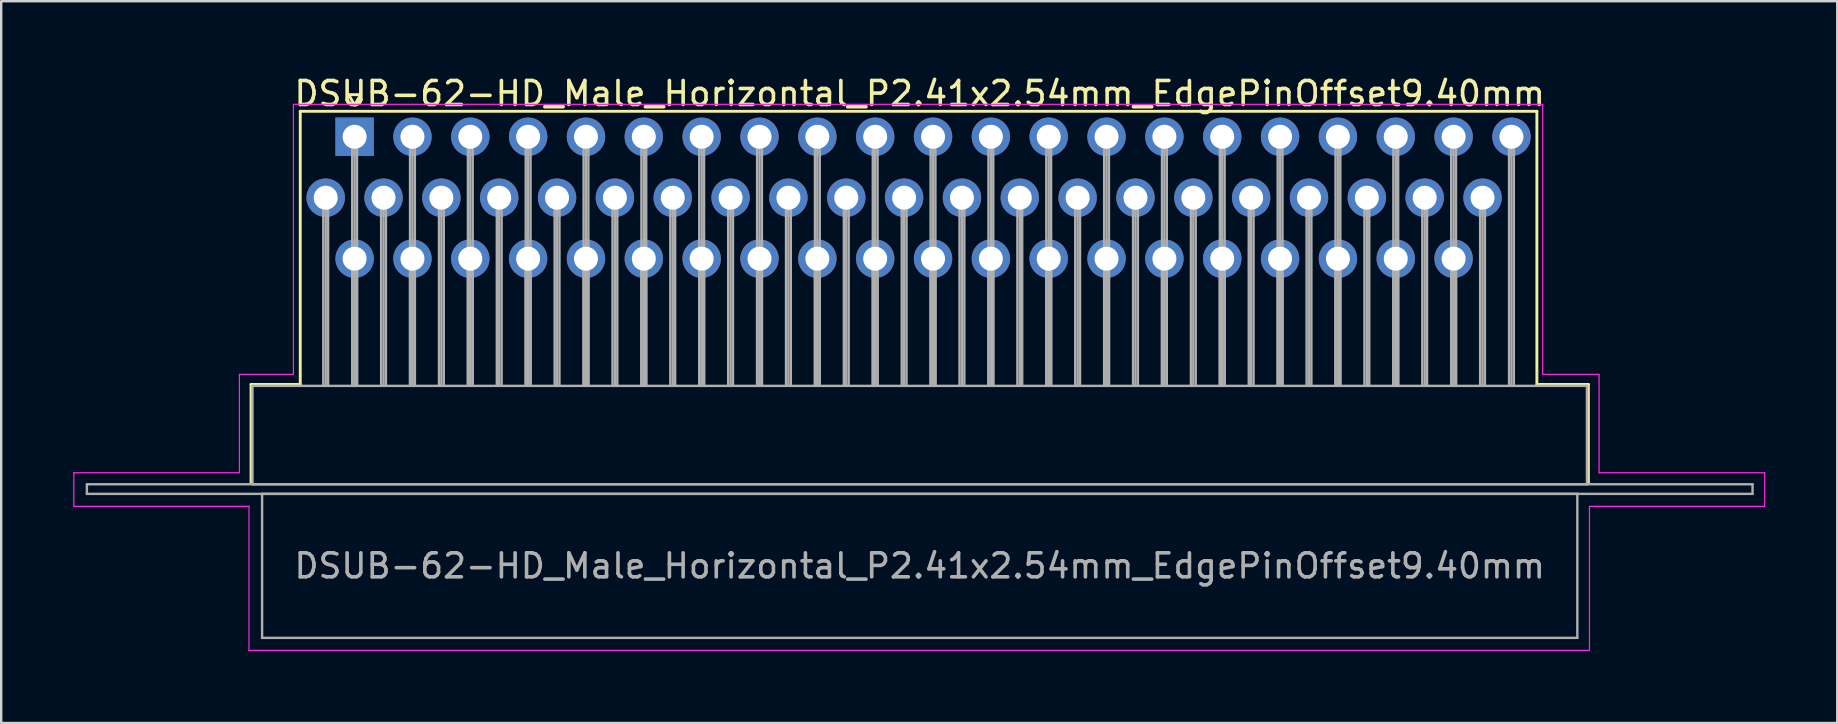
<source format=kicad_pcb>
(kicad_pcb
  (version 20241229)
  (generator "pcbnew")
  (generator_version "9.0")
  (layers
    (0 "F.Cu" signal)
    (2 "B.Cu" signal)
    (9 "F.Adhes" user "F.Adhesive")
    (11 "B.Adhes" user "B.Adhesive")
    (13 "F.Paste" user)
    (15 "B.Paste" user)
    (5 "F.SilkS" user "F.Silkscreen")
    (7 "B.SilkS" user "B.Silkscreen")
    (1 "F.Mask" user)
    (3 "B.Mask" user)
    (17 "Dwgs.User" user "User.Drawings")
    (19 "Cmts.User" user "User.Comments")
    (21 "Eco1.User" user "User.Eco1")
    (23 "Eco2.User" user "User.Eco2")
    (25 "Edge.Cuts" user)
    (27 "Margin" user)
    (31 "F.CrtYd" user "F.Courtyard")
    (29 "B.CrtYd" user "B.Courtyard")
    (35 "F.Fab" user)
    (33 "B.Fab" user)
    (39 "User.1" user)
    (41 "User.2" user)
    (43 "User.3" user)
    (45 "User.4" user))
  (footprint "DSUB-62-HD_Male_Horizontal_P2.41x2.54mm_EdgePinOffset9.40mm"
    (layer "F.Cu")
    (at 11.725 2.648)
    (property "Reference" "DSUB-62-HD_Male_Horizontal_P2.41x2.54mm_EdgePinOffset9.40mm" (at 23.545 -1.8 0) (layer "F.SilkS") (effects (font (size 1 1) (thickness 0.15))))
    (attr through_hole)
    (fp_line (start -4.315 10.32) (end -2.265 10.32) (stroke (width 0.12) (type solid)) (layer "F.SilkS"))
    (fp_line (start -4.315 14.42) (end -4.315 10.32) (stroke (width 0.12) (type solid)) (layer "F.SilkS"))
    (fp_line (start -2.265 -1.06) (end 49.26 -1.06) (stroke (width 0.12) (type solid)) (layer "F.SilkS"))
    (fp_line (start -2.265 10.32) (end -2.265 -1.06) (stroke (width 0.12) (type solid)) (layer "F.SilkS"))
    (fp_line (start -0.25 -1.754) (end 0.25 -1.754) (stroke (width 0.12) (type solid)) (layer "F.SilkS"))
    (fp_line (start 0 -1.321) (end -0.25 -1.754) (stroke (width 0.12) (type solid)) (layer "F.SilkS"))
    (fp_line (start 0.25 -1.754) (end 0 -1.321) (stroke (width 0.12) (type solid)) (layer "F.SilkS"))
    (fp_line (start 49.26 -1.06) (end 49.26 10.32) (stroke (width 0.12) (type solid)) (layer "F.SilkS"))
    (fp_line (start 49.26 10.32) (end 51.405 10.32) (stroke (width 0.12) (type solid)) (layer "F.SilkS"))
    (fp_line (start 51.405 10.32) (end 51.405 14.42) (stroke (width 0.12) (type solid)) (layer "F.SilkS"))
    (fp_line (start -11.7 14) (end -4.8 14) (stroke (width 0.05) (type solid)) (layer "F.CrtYd"))
    (fp_line (start -11.7 15.4) (end -11.7 14) (stroke (width 0.05) (type solid)) (layer "F.CrtYd"))
    (fp_line (start -4.8 9.9) (end -2.55 9.9) (stroke (width 0.05) (type solid)) (layer "F.CrtYd"))
    (fp_line (start -4.8 14) (end -4.8 9.9) (stroke (width 0.05) (type solid)) (layer "F.CrtYd"))
    (fp_line (start -4.4 15.4) (end -11.7 15.4) (stroke (width 0.05) (type solid)) (layer "F.CrtYd"))
    (fp_line (start -4.4 21.4) (end -4.4 15.4) (stroke (width 0.05) (type solid)) (layer "F.CrtYd"))
    (fp_line (start -2.55 -1.35) (end 49.5 -1.35) (stroke (width 0.05) (type solid)) (layer "F.CrtYd"))
    (fp_line (start -2.55 9.9) (end -2.55 -1.35) (stroke (width 0.05) (type solid)) (layer "F.CrtYd"))
    (fp_line (start 49.5 -1.35) (end 49.5 9.9) (stroke (width 0.05) (type solid)) (layer "F.CrtYd"))
    (fp_line (start 49.5 9.9) (end 51.85 9.9) (stroke (width 0.05) (type solid)) (layer "F.CrtYd"))
    (fp_line (start 51.45 15.4) (end 51.45 21.4) (stroke (width 0.05) (type solid)) (layer "F.CrtYd"))
    (fp_line (start 51.45 21.4) (end -4.4 21.4) (stroke (width 0.05) (type solid)) (layer "F.CrtYd"))
    (fp_line (start 51.85 9.9) (end 51.85 14) (stroke (width 0.05) (type solid)) (layer "F.CrtYd"))
    (fp_line (start 51.85 14) (end 58.75 14) (stroke (width 0.05) (type solid)) (layer "F.CrtYd"))
    (fp_line (start 58.75 14) (end 58.75 15.4) (stroke (width 0.05) (type solid)) (layer "F.CrtYd"))
    (fp_line (start 58.75 15.4) (end 51.45 15.4) (stroke (width 0.05) (type solid)) (layer "F.CrtYd"))
    (fp_line (start -11.155 14.48) (end -11.155 14.88) (stroke (width 0.1) (type solid)) (layer "F.Fab"))
    (fp_line (start -11.155 14.88) (end 58.245 14.88) (stroke (width 0.1) (type solid)) (layer "F.Fab"))
    (fp_line (start -4.255 10.38) (end -4.255 14.48) (stroke (width 0.1) (type solid)) (layer "F.Fab"))
    (fp_line (start -4.255 14.48) (end 51.345 14.48) (stroke (width 0.1) (type solid)) (layer "F.Fab"))
    (fp_line (start -3.855 14.88) (end -3.855 20.88) (stroke (width 0.1) (type solid)) (layer "F.Fab"))
    (fp_line (start -3.855 20.88) (end 50.945 20.88) (stroke (width 0.1) (type solid)) (layer "F.Fab"))
    (fp_line (start -1.305 2.54) (end -1.305 10.38) (stroke (width 0.1) (type solid)) (layer "F.Fab"))
    (fp_line (start -1.205 2.54) (end -1.205 10.38) (stroke (width 0.1) (type solid)) (layer "F.Fab"))
    (fp_line (start -1.105 2.54) (end -1.105 10.38) (stroke (width 0.1) (type solid)) (layer "F.Fab"))
    (fp_line (start -0.1 0) (end -0.1 10.38) (stroke (width 0.1) (type solid)) (layer "F.Fab"))
    (fp_line (start -0.1 5.08) (end -0.1 10.38) (stroke (width 0.1) (type solid)) (layer "F.Fab"))
    (fp_line (start 0 0) (end 0 10.38) (stroke (width 0.1) (type solid)) (layer "F.Fab"))
    (fp_line (start 0 5.08) (end 0 10.38) (stroke (width 0.1) (type solid)) (layer "F.Fab"))
    (fp_line (start 0.1 0) (end 0.1 10.38) (stroke (width 0.1) (type solid)) (layer "F.Fab"))
    (fp_line (start 0.1 5.08) (end 0.1 10.38) (stroke (width 0.1) (type solid)) (layer "F.Fab"))
    (fp_line (start 1.105 2.54) (end 1.105 10.38) (stroke (width 0.1) (type solid)) (layer "F.Fab"))
    (fp_line (start 1.205 2.54) (end 1.205 10.38) (stroke (width 0.1) (type solid)) (layer "F.Fab"))
    (fp_line (start 1.305 2.54) (end 1.305 10.38) (stroke (width 0.1) (type solid)) (layer "F.Fab"))
    (fp_line (start 2.31 0) (end 2.31 10.38) (stroke (width 0.1) (type solid)) (layer "F.Fab"))
    (fp_line (start 2.31 5.08) (end 2.31 10.38) (stroke (width 0.1) (type solid)) (layer "F.Fab"))
    (fp_line (start 2.41 0) (end 2.41 10.38) (stroke (width 0.1) (type solid)) (layer "F.Fab"))
    (fp_line (start 2.41 5.08) (end 2.41 10.38) (stroke (width 0.1) (type solid)) (layer "F.Fab"))
    (fp_line (start 2.51 0) (end 2.51 10.38) (stroke (width 0.1) (type solid)) (layer "F.Fab"))
    (fp_line (start 2.51 5.08) (end 2.51 10.38) (stroke (width 0.1) (type solid)) (layer "F.Fab"))
    (fp_line (start 3.515 2.54) (end 3.515 10.38) (stroke (width 0.1) (type solid)) (layer "F.Fab"))
    (fp_line (start 3.615 2.54) (end 3.615 10.38) (stroke (width 0.1) (type solid)) (layer "F.Fab"))
    (fp_line (start 3.715 2.54) (end 3.715 10.38) (stroke (width 0.1) (type solid)) (layer "F.Fab"))
    (fp_line (start 4.72 0) (end 4.72 10.38) (stroke (width 0.1) (type solid)) (layer "F.Fab"))
    (fp_line (start 4.72 5.08) (end 4.72 10.38) (stroke (width 0.1) (type solid)) (layer "F.Fab"))
    (fp_line (start 4.82 0) (end 4.82 10.38) (stroke (width 0.1) (type solid)) (layer "F.Fab"))
    (fp_line (start 4.82 5.08) (end 4.82 10.38) (stroke (width 0.1) (type solid)) (layer "F.Fab"))
    (fp_line (start 4.92 0) (end 4.92 10.38) (stroke (width 0.1) (type solid)) (layer "F.Fab"))
    (fp_line (start 4.92 5.08) (end 4.92 10.38) (stroke (width 0.1) (type solid)) (layer "F.Fab"))
    (fp_line (start 5.925 2.54) (end 5.925 10.38) (stroke (width 0.1) (type solid)) (layer "F.Fab"))
    (fp_line (start 6.025 2.54) (end 6.025 10.38) (stroke (width 0.1) (type solid)) (layer "F.Fab"))
    (fp_line (start 6.125 2.54) (end 6.125 10.38) (stroke (width 0.1) (type solid)) (layer "F.Fab"))
    (fp_line (start 7.13 0) (end 7.13 10.38) (stroke (width 0.1) (type solid)) (layer "F.Fab"))
    (fp_line (start 7.13 5.08) (end 7.13 10.38) (stroke (width 0.1) (type solid)) (layer "F.Fab"))
    (fp_line (start 7.23 0) (end 7.23 10.38) (stroke (width 0.1) (type solid)) (layer "F.Fab"))
    (fp_line (start 7.23 5.08) (end 7.23 10.38) (stroke (width 0.1) (type solid)) (layer "F.Fab"))
    (fp_line (start 7.33 0) (end 7.33 10.38) (stroke (width 0.1) (type solid)) (layer "F.Fab"))
    (fp_line (start 7.33 5.08) (end 7.33 10.38) (stroke (width 0.1) (type solid)) (layer "F.Fab"))
    (fp_line (start 8.335 2.54) (end 8.335 10.38) (stroke (width 0.1) (type solid)) (layer "F.Fab"))
    (fp_line (start 8.435 2.54) (end 8.435 10.38) (stroke (width 0.1) (type solid)) (layer "F.Fab"))
    (fp_line (start 8.535 2.54) (end 8.535 10.38) (stroke (width 0.1) (type solid)) (layer "F.Fab"))
    (fp_line (start 9.54 0) (end 9.54 10.38) (stroke (width 0.1) (type solid)) (layer "F.Fab"))
    (fp_line (start 9.54 5.08) (end 9.54 10.38) (stroke (width 0.1) (type solid)) (layer "F.Fab"))
    (fp_line (start 9.64 0) (end 9.64 10.38) (stroke (width 0.1) (type solid)) (layer "F.Fab"))
    (fp_line (start 9.64 5.08) (end 9.64 10.38) (stroke (width 0.1) (type solid)) (layer "F.Fab"))
    (fp_line (start 9.74 0) (end 9.74 10.38) (stroke (width 0.1) (type solid)) (layer "F.Fab"))
    (fp_line (start 9.74 5.08) (end 9.74 10.38) (stroke (width 0.1) (type solid)) (layer "F.Fab"))
    (fp_line (start 10.745 2.54) (end 10.745 10.38) (stroke (width 0.1) (type solid)) (layer "F.Fab"))
    (fp_line (start 10.845 2.54) (end 10.845 10.38) (stroke (width 0.1) (type solid)) (layer "F.Fab"))
    (fp_line (start 10.945 2.54) (end 10.945 10.38) (stroke (width 0.1) (type solid)) (layer "F.Fab"))
    (fp_line (start 11.95 0) (end 11.95 10.38) (stroke (width 0.1) (type solid)) (layer "F.Fab"))
    (fp_line (start 11.95 5.08) (end 11.95 10.38) (stroke (width 0.1) (type solid)) (layer "F.Fab"))
    (fp_line (start 12.05 0) (end 12.05 10.38) (stroke (width 0.1) (type solid)) (layer "F.Fab"))
    (fp_line (start 12.05 5.08) (end 12.05 10.38) (stroke (width 0.1) (type solid)) (layer "F.Fab"))
    (fp_line (start 12.15 0) (end 12.15 10.38) (stroke (width 0.1) (type solid)) (layer "F.Fab"))
    (fp_line (start 12.15 5.08) (end 12.15 10.38) (stroke (width 0.1) (type solid)) (layer "F.Fab"))
    (fp_line (start 13.155 2.54) (end 13.155 10.38) (stroke (width 0.1) (type solid)) (layer "F.Fab"))
    (fp_line (start 13.255 2.54) (end 13.255 10.38) (stroke (width 0.1) (type solid)) (layer "F.Fab"))
    (fp_line (start 13.355 2.54) (end 13.355 10.38) (stroke (width 0.1) (type solid)) (layer "F.Fab"))
    (fp_line (start 14.36 0) (end 14.36 10.38) (stroke (width 0.1) (type solid)) (layer "F.Fab"))
    (fp_line (start 14.36 5.08) (end 14.36 10.38) (stroke (width 0.1) (type solid)) (layer "F.Fab"))
    (fp_line (start 14.46 0) (end 14.46 10.38) (stroke (width 0.1) (type solid)) (layer "F.Fab"))
    (fp_line (start 14.46 5.08) (end 14.46 10.38) (stroke (width 0.1) (type solid)) (layer "F.Fab"))
    (fp_line (start 14.56 0) (end 14.56 10.38) (stroke (width 0.1) (type solid)) (layer "F.Fab"))
    (fp_line (start 14.56 5.08) (end 14.56 10.38) (stroke (width 0.1) (type solid)) (layer "F.Fab"))
    (fp_line (start 15.565 2.54) (end 15.565 10.38) (stroke (width 0.1) (type solid)) (layer "F.Fab"))
    (fp_line (start 15.665 2.54) (end 15.665 10.38) (stroke (width 0.1) (type solid)) (layer "F.Fab"))
    (fp_line (start 15.765 2.54) (end 15.765 10.38) (stroke (width 0.1) (type solid)) (layer "F.Fab"))
    (fp_line (start 16.77 0) (end 16.77 10.38) (stroke (width 0.1) (type solid)) (layer "F.Fab"))
    (fp_line (start 16.77 5.08) (end 16.77 10.38) (stroke (width 0.1) (type solid)) (layer "F.Fab"))
    (fp_line (start 16.87 0) (end 16.87 10.38) (stroke (width 0.1) (type solid)) (layer "F.Fab"))
    (fp_line (start 16.87 5.08) (end 16.87 10.38) (stroke (width 0.1) (type solid)) (layer "F.Fab"))
    (fp_line (start 16.97 0) (end 16.97 10.38) (stroke (width 0.1) (type solid)) (layer "F.Fab"))
    (fp_line (start 16.97 5.08) (end 16.97 10.38) (stroke (width 0.1) (type solid)) (layer "F.Fab"))
    (fp_line (start 17.975 2.54) (end 17.975 10.38) (stroke (width 0.1) (type solid)) (layer "F.Fab"))
    (fp_line (start 18.075 2.54) (end 18.075 10.38) (stroke (width 0.1) (type solid)) (layer "F.Fab"))
    (fp_line (start 18.175 2.54) (end 18.175 10.38) (stroke (width 0.1) (type solid)) (layer "F.Fab"))
    (fp_line (start 19.18 0) (end 19.18 10.38) (stroke (width 0.1) (type solid)) (layer "F.Fab"))
    (fp_line (start 19.18 5.08) (end 19.18 10.38) (stroke (width 0.1) (type solid)) (layer "F.Fab"))
    (fp_line (start 19.28 0) (end 19.28 10.38) (stroke (width 0.1) (type solid)) (layer "F.Fab"))
    (fp_line (start 19.28 5.08) (end 19.28 10.38) (stroke (width 0.1) (type solid)) (layer "F.Fab"))
    (fp_line (start 19.38 0) (end 19.38 10.38) (stroke (width 0.1) (type solid)) (layer "F.Fab"))
    (fp_line (start 19.38 5.08) (end 19.38 10.38) (stroke (width 0.1) (type solid)) (layer "F.Fab"))
    (fp_line (start 20.385 2.54) (end 20.385 10.38) (stroke (width 0.1) (type solid)) (layer "F.Fab"))
    (fp_line (start 20.485 2.54) (end 20.485 10.38) (stroke (width 0.1) (type solid)) (layer "F.Fab"))
    (fp_line (start 20.585 2.54) (end 20.585 10.38) (stroke (width 0.1) (type solid)) (layer "F.Fab"))
    (fp_line (start 21.59 0) (end 21.59 10.38) (stroke (width 0.1) (type solid)) (layer "F.Fab"))
    (fp_line (start 21.59 5.08) (end 21.59 10.38) (stroke (width 0.1) (type solid)) (layer "F.Fab"))
    (fp_line (start 21.69 0) (end 21.69 10.38) (stroke (width 0.1) (type solid)) (layer "F.Fab"))
    (fp_line (start 21.69 5.08) (end 21.69 10.38) (stroke (width 0.1) (type solid)) (layer "F.Fab"))
    (fp_line (start 21.79 0) (end 21.79 10.38) (stroke (width 0.1) (type solid)) (layer "F.Fab"))
    (fp_line (start 21.79 5.08) (end 21.79 10.38) (stroke (width 0.1) (type solid)) (layer "F.Fab"))
    (fp_line (start 22.795 2.54) (end 22.795 10.38) (stroke (width 0.1) (type solid)) (layer "F.Fab"))
    (fp_line (start 22.895 2.54) (end 22.895 10.38) (stroke (width 0.1) (type solid)) (layer "F.Fab"))
    (fp_line (start 22.995 2.54) (end 22.995 10.38) (stroke (width 0.1) (type solid)) (layer "F.Fab"))
    (fp_line (start 24 0) (end 24 10.38) (stroke (width 0.1) (type solid)) (layer "F.Fab"))
    (fp_line (start 24 5.08) (end 24 10.38) (stroke (width 0.1) (type solid)) (layer "F.Fab"))
    (fp_line (start 24.1 0) (end 24.1 10.38) (stroke (width 0.1) (type solid)) (layer "F.Fab"))
    (fp_line (start 24.1 5.08) (end 24.1 10.38) (stroke (width 0.1) (type solid)) (layer "F.Fab"))
    (fp_line (start 24.2 0) (end 24.2 10.38) (stroke (width 0.1) (type solid)) (layer "F.Fab"))
    (fp_line (start 24.2 5.08) (end 24.2 10.38) (stroke (width 0.1) (type solid)) (layer "F.Fab"))
    (fp_line (start 25.205 2.54) (end 25.205 10.38) (stroke (width 0.1) (type solid)) (layer "F.Fab"))
    (fp_line (start 25.305 2.54) (end 25.305 10.38) (stroke (width 0.1) (type solid)) (layer "F.Fab"))
    (fp_line (start 25.405 2.54) (end 25.405 10.38) (stroke (width 0.1) (type solid)) (layer "F.Fab"))
    (fp_line (start 26.41 0) (end 26.41 10.38) (stroke (width 0.1) (type solid)) (layer "F.Fab"))
    (fp_line (start 26.41 5.08) (end 26.41 10.38) (stroke (width 0.1) (type solid)) (layer "F.Fab"))
    (fp_line (start 26.51 0) (end 26.51 10.38) (stroke (width 0.1) (type solid)) (layer "F.Fab"))
    (fp_line (start 26.51 5.08) (end 26.51 10.38) (stroke (width 0.1) (type solid)) (layer "F.Fab"))
    (fp_line (start 26.61 0) (end 26.61 10.38) (stroke (width 0.1) (type solid)) (layer "F.Fab"))
    (fp_line (start 26.61 5.08) (end 26.61 10.38) (stroke (width 0.1) (type solid)) (layer "F.Fab"))
    (fp_line (start 27.615 2.54) (end 27.615 10.38) (stroke (width 0.1) (type solid)) (layer "F.Fab"))
    (fp_line (start 27.715 2.54) (end 27.715 10.38) (stroke (width 0.1) (type solid)) (layer "F.Fab"))
    (fp_line (start 27.815 2.54) (end 27.815 10.38) (stroke (width 0.1) (type solid)) (layer "F.Fab"))
    (fp_line (start 28.82 0) (end 28.82 10.38) (stroke (width 0.1) (type solid)) (layer "F.Fab"))
    (fp_line (start 28.82 5.08) (end 28.82 10.38) (stroke (width 0.1) (type solid)) (layer "F.Fab"))
    (fp_line (start 28.92 0) (end 28.92 10.38) (stroke (width 0.1) (type solid)) (layer "F.Fab"))
    (fp_line (start 28.92 5.08) (end 28.92 10.38) (stroke (width 0.1) (type solid)) (layer "F.Fab"))
    (fp_line (start 29.02 0) (end 29.02 10.38) (stroke (width 0.1) (type solid)) (layer "F.Fab"))
    (fp_line (start 29.02 5.08) (end 29.02 10.38) (stroke (width 0.1) (type solid)) (layer "F.Fab"))
    (fp_line (start 30.025 2.54) (end 30.025 10.38) (stroke (width 0.1) (type solid)) (layer "F.Fab"))
    (fp_line (start 30.125 2.54) (end 30.125 10.38) (stroke (width 0.1) (type solid)) (layer "F.Fab"))
    (fp_line (start 30.225 2.54) (end 30.225 10.38) (stroke (width 0.1) (type solid)) (layer "F.Fab"))
    (fp_line (start 31.23 0) (end 31.23 10.38) (stroke (width 0.1) (type solid)) (layer "F.Fab"))
    (fp_line (start 31.23 5.08) (end 31.23 10.38) (stroke (width 0.1) (type solid)) (layer "F.Fab"))
    (fp_line (start 31.33 0) (end 31.33 10.38) (stroke (width 0.1) (type solid)) (layer "F.Fab"))
    (fp_line (start 31.33 5.08) (end 31.33 10.38) (stroke (width 0.1) (type solid)) (layer "F.Fab"))
    (fp_line (start 31.43 0) (end 31.43 10.38) (stroke (width 0.1) (type solid)) (layer "F.Fab"))
    (fp_line (start 31.43 5.08) (end 31.43 10.38) (stroke (width 0.1) (type solid)) (layer "F.Fab"))
    (fp_line (start 32.435 2.54) (end 32.435 10.38) (stroke (width 0.1) (type solid)) (layer "F.Fab"))
    (fp_line (start 32.535 2.54) (end 32.535 10.38) (stroke (width 0.1) (type solid)) (layer "F.Fab"))
    (fp_line (start 32.635 2.54) (end 32.635 10.38) (stroke (width 0.1) (type solid)) (layer "F.Fab"))
    (fp_line (start 33.64 0) (end 33.64 10.38) (stroke (width 0.1) (type solid)) (layer "F.Fab"))
    (fp_line (start 33.64 5.08) (end 33.64 10.38) (stroke (width 0.1) (type solid)) (layer "F.Fab"))
    (fp_line (start 33.74 0) (end 33.74 10.38) (stroke (width 0.1) (type solid)) (layer "F.Fab"))
    (fp_line (start 33.74 5.08) (end 33.74 10.38) (stroke (width 0.1) (type solid)) (layer "F.Fab"))
    (fp_line (start 33.84 0) (end 33.84 10.38) (stroke (width 0.1) (type solid)) (layer "F.Fab"))
    (fp_line (start 33.84 5.08) (end 33.84 10.38) (stroke (width 0.1) (type solid)) (layer "F.Fab"))
    (fp_line (start 34.845 2.54) (end 34.845 10.38) (stroke (width 0.1) (type solid)) (layer "F.Fab"))
    (fp_line (start 34.945 2.54) (end 34.945 10.38) (stroke (width 0.1) (type solid)) (layer "F.Fab"))
    (fp_line (start 35.045 2.54) (end 35.045 10.38) (stroke (width 0.1) (type solid)) (layer "F.Fab"))
    (fp_line (start 36.05 0) (end 36.05 10.38) (stroke (width 0.1) (type solid)) (layer "F.Fab"))
    (fp_line (start 36.05 5.08) (end 36.05 10.38) (stroke (width 0.1) (type solid)) (layer "F.Fab"))
    (fp_line (start 36.15 0) (end 36.15 10.38) (stroke (width 0.1) (type solid)) (layer "F.Fab"))
    (fp_line (start 36.15 5.08) (end 36.15 10.38) (stroke (width 0.1) (type solid)) (layer "F.Fab"))
    (fp_line (start 36.25 0) (end 36.25 10.38) (stroke (width 0.1) (type solid)) (layer "F.Fab"))
    (fp_line (start 36.25 5.08) (end 36.25 10.38) (stroke (width 0.1) (type solid)) (layer "F.Fab"))
    (fp_line (start 37.255 2.54) (end 37.255 10.38) (stroke (width 0.1) (type solid)) (layer "F.Fab"))
    (fp_line (start 37.355 2.54) (end 37.355 10.38) (stroke (width 0.1) (type solid)) (layer "F.Fab"))
    (fp_line (start 37.455 2.54) (end 37.455 10.38) (stroke (width 0.1) (type solid)) (layer "F.Fab"))
    (fp_line (start 38.46 0) (end 38.46 10.38) (stroke (width 0.1) (type solid)) (layer "F.Fab"))
    (fp_line (start 38.46 5.08) (end 38.46 10.38) (stroke (width 0.1) (type solid)) (layer "F.Fab"))
    (fp_line (start 38.56 0) (end 38.56 10.38) (stroke (width 0.1) (type solid)) (layer "F.Fab"))
    (fp_line (start 38.56 5.08) (end 38.56 10.38) (stroke (width 0.1) (type solid)) (layer "F.Fab"))
    (fp_line (start 38.66 0) (end 38.66 10.38) (stroke (width 0.1) (type solid)) (layer "F.Fab"))
    (fp_line (start 38.66 5.08) (end 38.66 10.38) (stroke (width 0.1) (type solid)) (layer "F.Fab"))
    (fp_line (start 39.665 2.54) (end 39.665 10.38) (stroke (width 0.1) (type solid)) (layer "F.Fab"))
    (fp_line (start 39.765 2.54) (end 39.765 10.38) (stroke (width 0.1) (type solid)) (layer "F.Fab"))
    (fp_line (start 39.865 2.54) (end 39.865 10.38) (stroke (width 0.1) (type solid)) (layer "F.Fab"))
    (fp_line (start 40.87 0) (end 40.87 10.38) (stroke (width 0.1) (type solid)) (layer "F.Fab"))
    (fp_line (start 40.87 5.08) (end 40.87 10.38) (stroke (width 0.1) (type solid)) (layer "F.Fab"))
    (fp_line (start 40.97 0) (end 40.97 10.38) (stroke (width 0.1) (type solid)) (layer "F.Fab"))
    (fp_line (start 40.97 5.08) (end 40.97 10.38) (stroke (width 0.1) (type solid)) (layer "F.Fab"))
    (fp_line (start 41.07 0) (end 41.07 10.38) (stroke (width 0.1) (type solid)) (layer "F.Fab"))
    (fp_line (start 41.07 5.08) (end 41.07 10.38) (stroke (width 0.1) (type solid)) (layer "F.Fab"))
    (fp_line (start 42.075 2.54) (end 42.075 10.38) (stroke (width 0.1) (type solid)) (layer "F.Fab"))
    (fp_line (start 42.175 2.54) (end 42.175 10.38) (stroke (width 0.1) (type solid)) (layer "F.Fab"))
    (fp_line (start 42.275 2.54) (end 42.275 10.38) (stroke (width 0.1) (type solid)) (layer "F.Fab"))
    (fp_line (start 43.28 0) (end 43.28 10.38) (stroke (width 0.1) (type solid)) (layer "F.Fab"))
    (fp_line (start 43.28 5.08) (end 43.28 10.38) (stroke (width 0.1) (type solid)) (layer "F.Fab"))
    (fp_line (start 43.38 0) (end 43.38 10.38) (stroke (width 0.1) (type solid)) (layer "F.Fab"))
    (fp_line (start 43.38 5.08) (end 43.38 10.38) (stroke (width 0.1) (type solid)) (layer "F.Fab"))
    (fp_line (start 43.48 0) (end 43.48 10.38) (stroke (width 0.1) (type solid)) (layer "F.Fab"))
    (fp_line (start 43.48 5.08) (end 43.48 10.38) (stroke (width 0.1) (type solid)) (layer "F.Fab"))
    (fp_line (start 44.485 2.54) (end 44.485 10.38) (stroke (width 0.1) (type solid)) (layer "F.Fab"))
    (fp_line (start 44.585 2.54) (end 44.585 10.38) (stroke (width 0.1) (type solid)) (layer "F.Fab"))
    (fp_line (start 44.685 2.54) (end 44.685 10.38) (stroke (width 0.1) (type solid)) (layer "F.Fab"))
    (fp_line (start 45.69 0) (end 45.69 10.38) (stroke (width 0.1) (type solid)) (layer "F.Fab"))
    (fp_line (start 45.69 5.08) (end 45.69 10.38) (stroke (width 0.1) (type solid)) (layer "F.Fab"))
    (fp_line (start 45.79 0) (end 45.79 10.38) (stroke (width 0.1) (type solid)) (layer "F.Fab"))
    (fp_line (start 45.79 5.08) (end 45.79 10.38) (stroke (width 0.1) (type solid)) (layer "F.Fab"))
    (fp_line (start 45.89 0) (end 45.89 10.38) (stroke (width 0.1) (type solid)) (layer "F.Fab"))
    (fp_line (start 45.89 5.08) (end 45.89 10.38) (stroke (width 0.1) (type solid)) (layer "F.Fab"))
    (fp_line (start 46.895 2.54) (end 46.895 10.38) (stroke (width 0.1) (type solid)) (layer "F.Fab"))
    (fp_line (start 46.995 2.54) (end 46.995 10.38) (stroke (width 0.1) (type solid)) (layer "F.Fab"))
    (fp_line (start 47.095 2.54) (end 47.095 10.38) (stroke (width 0.1) (type solid)) (layer "F.Fab"))
    (fp_line (start 48.1 0) (end 48.1 10.38) (stroke (width 0.1) (type solid)) (layer "F.Fab"))
    (fp_line (start 48.2 0) (end 48.2 10.38) (stroke (width 0.1) (type solid)) (layer "F.Fab"))
    (fp_line (start 48.3 0) (end 48.3 10.38) (stroke (width 0.1) (type solid)) (layer "F.Fab"))
    (fp_line (start 50.945 14.88) (end -3.855 14.88) (stroke (width 0.1) (type solid)) (layer "F.Fab"))
    (fp_line (start 50.945 20.88) (end 50.945 14.88) (stroke (width 0.1) (type solid)) (layer "F.Fab"))
    (fp_line (start 51.345 10.38) (end -4.255 10.38) (stroke (width 0.1) (type solid)) (layer "F.Fab"))
    (fp_line (start 51.345 14.48) (end 51.345 10.38) (stroke (width 0.1) (type solid)) (layer "F.Fab"))
    (fp_line (start 58.245 14.48) (end -11.155 14.48) (stroke (width 0.1) (type solid)) (layer "F.Fab"))
    (fp_line (start 58.245 14.88) (end 58.245 14.48) (stroke (width 0.1) (type solid)) (layer "F.Fab"))
    (fp_text user "${REFERENCE}" (at 23.545 17.88 0) (layer "F.Fab") (effects (font (size 1 1) (thickness 0.15))))
    (pad "1" thru_hole rect (at 0 0) (size 1.6 1.6) (drill 1) (layers "*.Cu" "*.Mask"))
    (pad "2" thru_hole circle (at 2.41 0) (size 1.6 1.6) (drill 1) (layers "*.Cu" "*.Mask"))
    (pad "3" thru_hole circle (at 4.82 0) (size 1.6 1.6) (drill 1) (layers "*.Cu" "*.Mask"))
    (pad "4" thru_hole circle (at 7.23 0) (size 1.6 1.6) (drill 1) (layers "*.Cu" "*.Mask"))
    (pad "5" thru_hole circle (at 9.64 0) (size 1.6 1.6) (drill 1) (layers "*.Cu" "*.Mask"))
    (pad "6" thru_hole circle (at 12.05 0) (size 1.6 1.6) (drill 1) (layers "*.Cu" "*.Mask"))
    (pad "7" thru_hole circle (at 14.46 0) (size 1.6 1.6) (drill 1) (layers "*.Cu" "*.Mask"))
    (pad "8" thru_hole circle (at 16.87 0) (size 1.6 1.6) (drill 1) (layers "*.Cu" "*.Mask"))
    (pad "9" thru_hole circle (at 19.28 0) (size 1.6 1.6) (drill 1) (layers "*.Cu" "*.Mask"))
    (pad "10" thru_hole circle (at 21.69 0) (size 1.6 1.6) (drill 1) (layers "*.Cu" "*.Mask"))
    (pad "11" thru_hole circle (at 24.1 0) (size 1.6 1.6) (drill 1) (layers "*.Cu" "*.Mask"))
    (pad "12" thru_hole circle (at 26.51 0) (size 1.6 1.6) (drill 1) (layers "*.Cu" "*.Mask"))
    (pad "13" thru_hole circle (at 28.92 0) (size 1.6 1.6) (drill 1) (layers "*.Cu" "*.Mask"))
    (pad "14" thru_hole circle (at 31.33 0) (size 1.6 1.6) (drill 1) (layers "*.Cu" "*.Mask"))
    (pad "15" thru_hole circle (at 33.74 0) (size 1.6 1.6) (drill 1) (layers "*.Cu" "*.Mask"))
    (pad "16" thru_hole circle (at 36.15 0) (size 1.6 1.6) (drill 1) (layers "*.Cu" "*.Mask"))
    (pad "17" thru_hole circle (at 38.56 0) (size 1.6 1.6) (drill 1) (layers "*.Cu" "*.Mask"))
    (pad "18" thru_hole circle (at 40.97 0) (size 1.6 1.6) (drill 1) (layers "*.Cu" "*.Mask"))
    (pad "19" thru_hole circle (at 43.38 0) (size 1.6 1.6) (drill 1) (layers "*.Cu" "*.Mask"))
    (pad "20" thru_hole circle (at 45.79 0) (size 1.6 1.6) (drill 1) (layers "*.Cu" "*.Mask"))
    (pad "21" thru_hole circle (at 48.2 0) (size 1.6 1.6) (drill 1) (layers "*.Cu" "*.Mask"))
    (pad "22" thru_hole circle (at -1.205 2.54) (size 1.6 1.6) (drill 1) (layers "*.Cu" "*.Mask"))
    (pad "23" thru_hole circle (at 1.205 2.54) (size 1.6 1.6) (drill 1) (layers "*.Cu" "*.Mask"))
    (pad "24" thru_hole circle (at 3.615 2.54) (size 1.6 1.6) (drill 1) (layers "*.Cu" "*.Mask"))
    (pad "25" thru_hole circle (at 6.025 2.54) (size 1.6 1.6) (drill 1) (layers "*.Cu" "*.Mask"))
    (pad "26" thru_hole circle (at 8.435 2.54) (size 1.6 1.6) (drill 1) (layers "*.Cu" "*.Mask"))
    (pad "27" thru_hole circle (at 10.845 2.54) (size 1.6 1.6) (drill 1) (layers "*.Cu" "*.Mask"))
    (pad "28" thru_hole circle (at 13.255 2.54) (size 1.6 1.6) (drill 1) (layers "*.Cu" "*.Mask"))
    (pad "29" thru_hole circle (at 15.665 2.54) (size 1.6 1.6) (drill 1) (layers "*.Cu" "*.Mask"))
    (pad "30" thru_hole circle (at 18.075 2.54) (size 1.6 1.6) (drill 1) (layers "*.Cu" "*.Mask"))
    (pad "31" thru_hole circle (at 20.485 2.54) (size 1.6 1.6) (drill 1) (layers "*.Cu" "*.Mask"))
    (pad "32" thru_hole circle (at 22.895 2.54) (size 1.6 1.6) (drill 1) (layers "*.Cu" "*.Mask"))
    (pad "33" thru_hole circle (at 25.305 2.54) (size 1.6 1.6) (drill 1) (layers "*.Cu" "*.Mask"))
    (pad "34" thru_hole circle (at 27.715 2.54) (size 1.6 1.6) (drill 1) (layers "*.Cu" "*.Mask"))
    (pad "35" thru_hole circle (at 30.125 2.54) (size 1.6 1.6) (drill 1) (layers "*.Cu" "*.Mask"))
    (pad "36" thru_hole circle (at 32.535 2.54) (size 1.6 1.6) (drill 1) (layers "*.Cu" "*.Mask"))
    (pad "37" thru_hole circle (at 34.945 2.54) (size 1.6 1.6) (drill 1) (layers "*.Cu" "*.Mask"))
    (pad "38" thru_hole circle (at 37.355 2.54) (size 1.6 1.6) (drill 1) (layers "*.Cu" "*.Mask"))
    (pad "39" thru_hole circle (at 39.765 2.54) (size 1.6 1.6) (drill 1) (layers "*.Cu" "*.Mask"))
    (pad "40" thru_hole circle (at 42.175 2.54) (size 1.6 1.6) (drill 1) (layers "*.Cu" "*.Mask"))
    (pad "41" thru_hole circle (at 44.585 2.54) (size 1.6 1.6) (drill 1) (layers "*.Cu" "*.Mask"))
    (pad "42" thru_hole circle (at 46.995 2.54) (size 1.6 1.6) (drill 1) (layers "*.Cu" "*.Mask"))
    (pad "43" thru_hole circle (at 0 5.08) (size 1.6 1.6) (drill 1) (layers "*.Cu" "*.Mask"))
    (pad "44" thru_hole circle (at 2.41 5.08) (size 1.6 1.6) (drill 1) (layers "*.Cu" "*.Mask"))
    (pad "45" thru_hole circle (at 4.82 5.08) (size 1.6 1.6) (drill 1) (layers "*.Cu" "*.Mask"))
    (pad "46" thru_hole circle (at 7.23 5.08) (size 1.6 1.6) (drill 1) (layers "*.Cu" "*.Mask"))
    (pad "47" thru_hole circle (at 9.64 5.08) (size 1.6 1.6) (drill 1) (layers "*.Cu" "*.Mask"))
    (pad "48" thru_hole circle (at 12.05 5.08) (size 1.6 1.6) (drill 1) (layers "*.Cu" "*.Mask"))
    (pad "49" thru_hole circle (at 14.46 5.08) (size 1.6 1.6) (drill 1) (layers "*.Cu" "*.Mask"))
    (pad "50" thru_hole circle (at 16.87 5.08) (size 1.6 1.6) (drill 1) (layers "*.Cu" "*.Mask"))
    (pad "51" thru_hole circle (at 19.28 5.08) (size 1.6 1.6) (drill 1) (layers "*.Cu" "*.Mask"))
    (pad "52" thru_hole circle (at 21.69 5.08) (size 1.6 1.6) (drill 1) (layers "*.Cu" "*.Mask"))
    (pad "53" thru_hole circle (at 24.1 5.08) (size 1.6 1.6) (drill 1) (layers "*.Cu" "*.Mask"))
    (pad "54" thru_hole circle (at 26.51 5.08) (size 1.6 1.6) (drill 1) (layers "*.Cu" "*.Mask"))
    (pad "55" thru_hole circle (at 28.92 5.08) (size 1.6 1.6) (drill 1) (layers "*.Cu" "*.Mask"))
    (pad "56" thru_hole circle (at 31.33 5.08) (size 1.6 1.6) (drill 1) (layers "*.Cu" "*.Mask"))
    (pad "57" thru_hole circle (at 33.74 5.08) (size 1.6 1.6) (drill 1) (layers "*.Cu" "*.Mask"))
    (pad "58" thru_hole circle (at 36.15 5.08) (size 1.6 1.6) (drill 1) (layers "*.Cu" "*.Mask"))
    (pad "59" thru_hole circle (at 38.56 5.08) (size 1.6 1.6) (drill 1) (layers "*.Cu" "*.Mask"))
    (pad "60" thru_hole circle (at 40.97 5.08) (size 1.6 1.6) (drill 1) (layers "*.Cu" "*.Mask"))
    (pad "61" thru_hole circle (at 43.38 5.08) (size 1.6 1.6) (drill 1) (layers "*.Cu" "*.Mask"))
    (pad "62" thru_hole circle (at 45.79 5.08) (size 1.6 1.6) (drill 1) (layers "*.Cu" "*.Mask")))
  (gr_rect
    (start -3 -3)
    (end 73.5 27.073)
    (stroke (width 0.1) (type default))
    (fill no)
    (layer "Edge.Cuts")))
</source>
